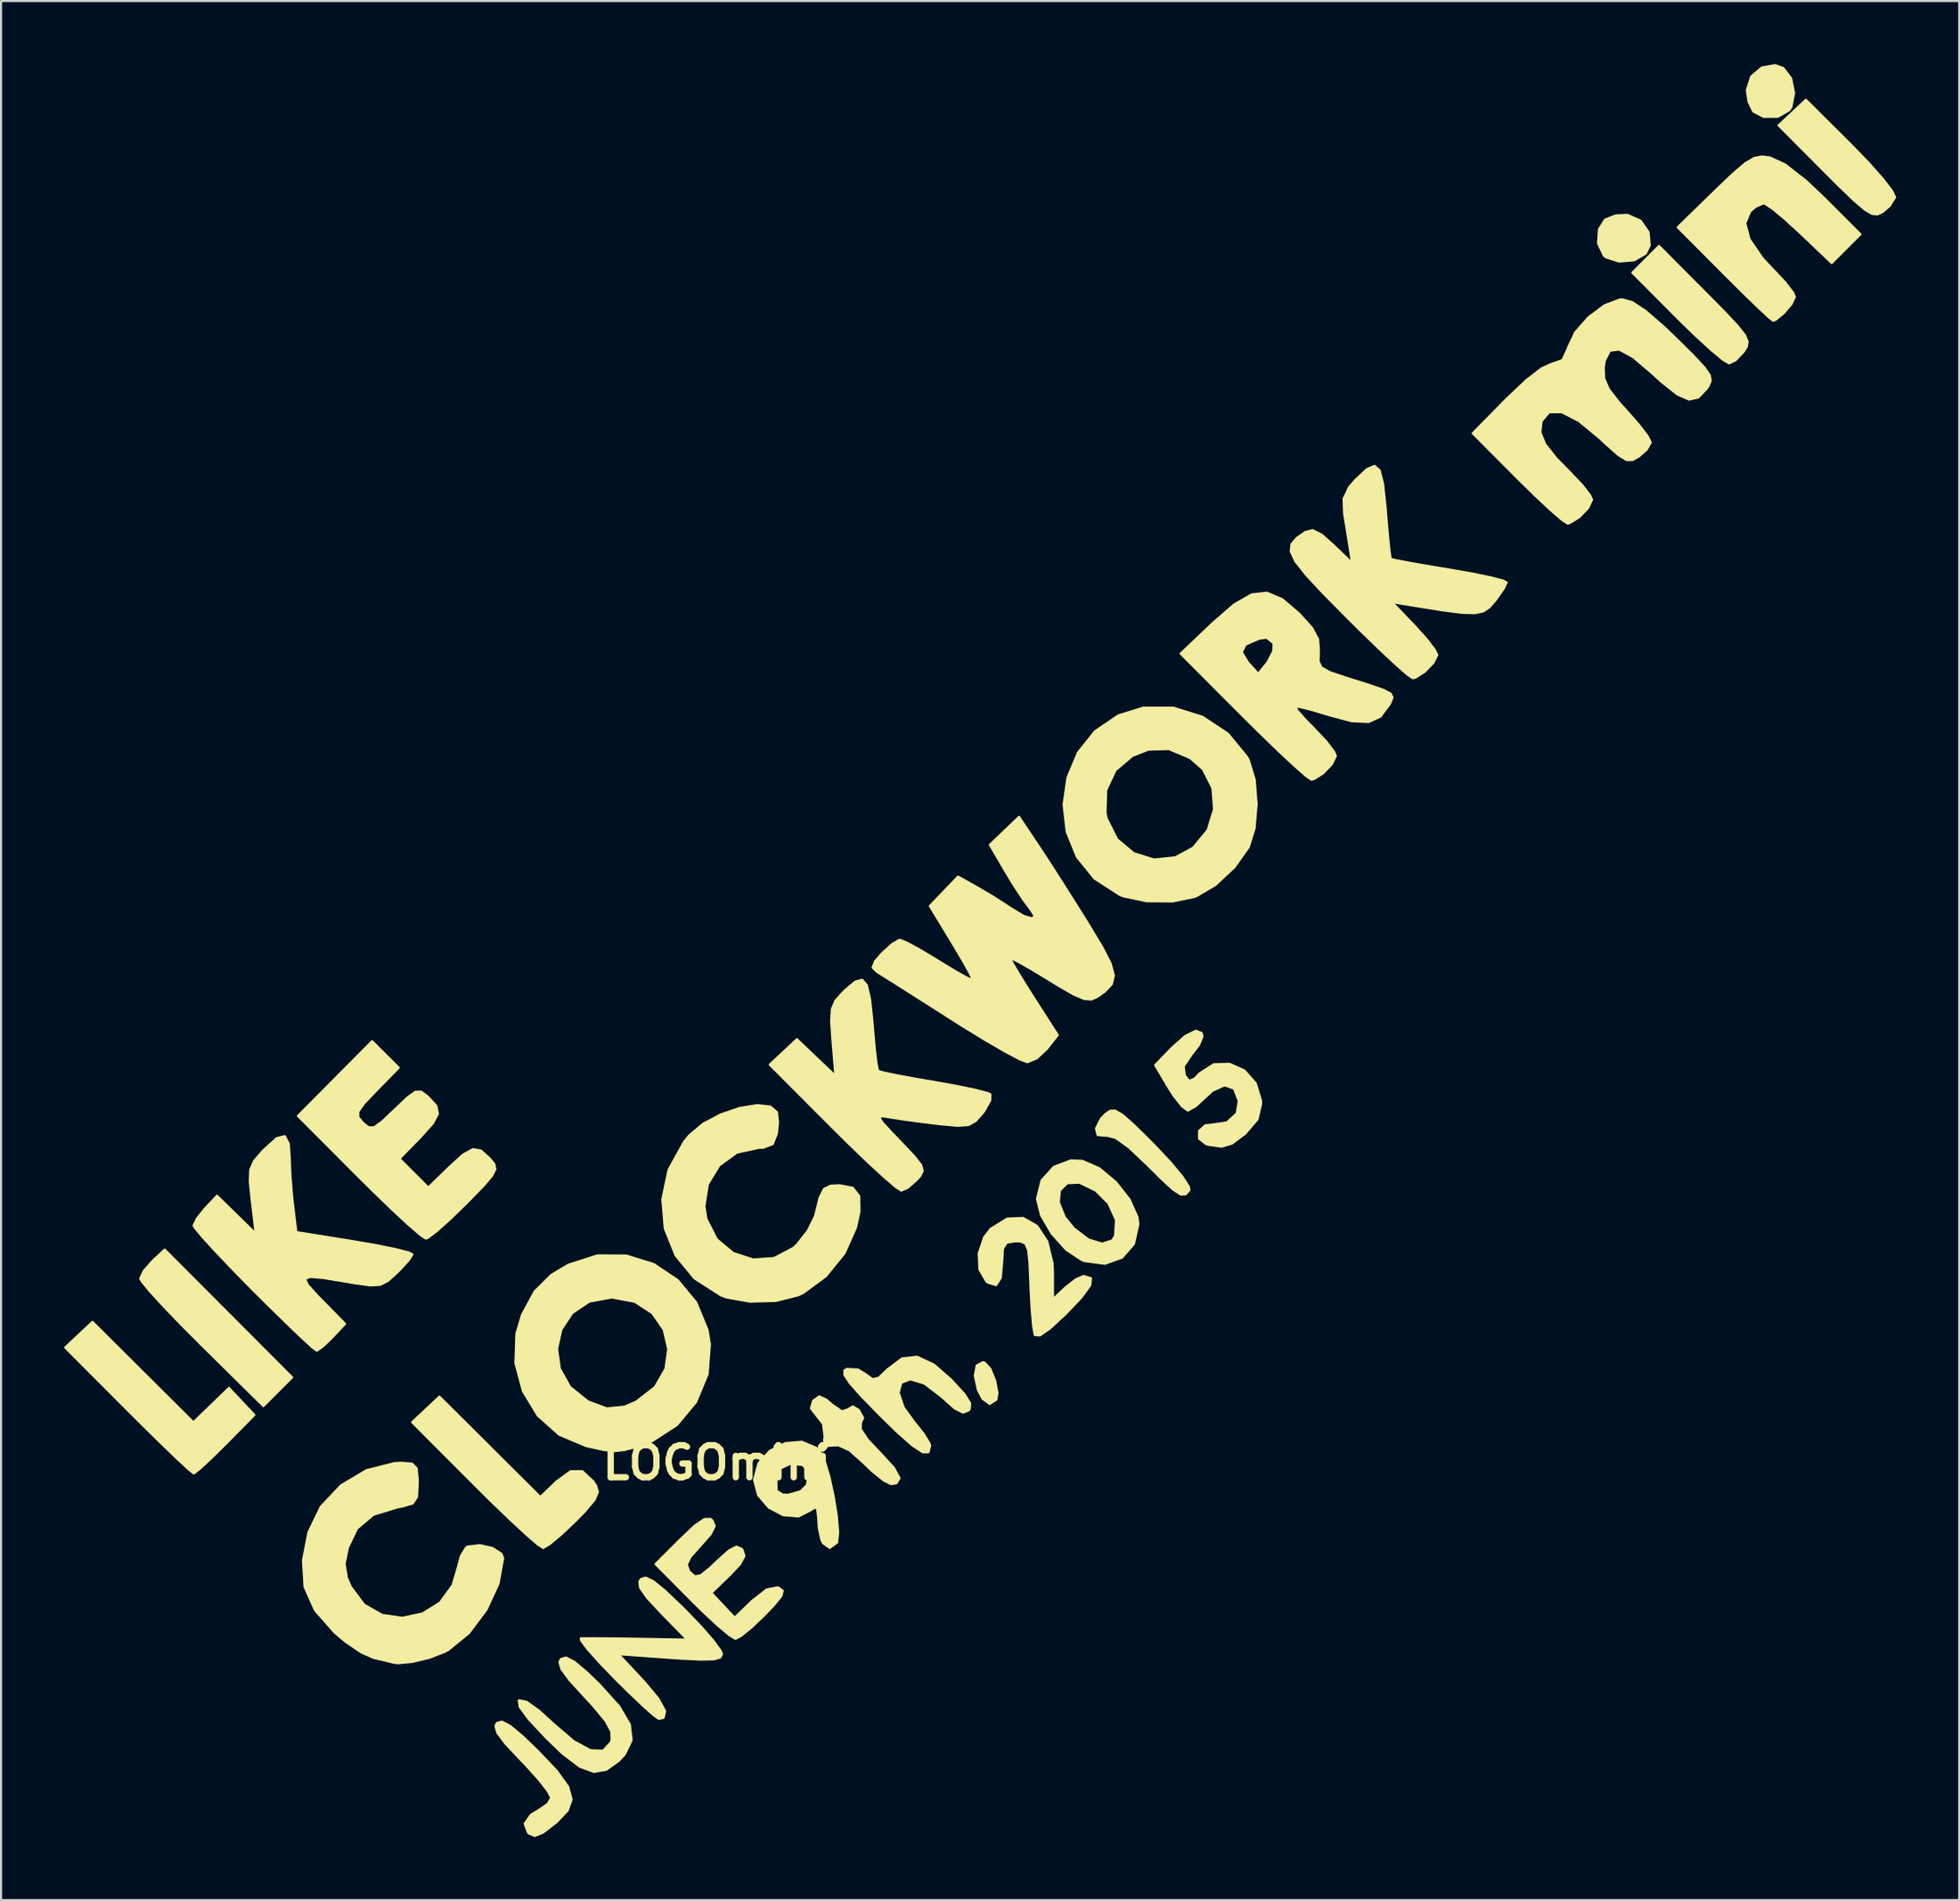
<source format=kicad_pcb>
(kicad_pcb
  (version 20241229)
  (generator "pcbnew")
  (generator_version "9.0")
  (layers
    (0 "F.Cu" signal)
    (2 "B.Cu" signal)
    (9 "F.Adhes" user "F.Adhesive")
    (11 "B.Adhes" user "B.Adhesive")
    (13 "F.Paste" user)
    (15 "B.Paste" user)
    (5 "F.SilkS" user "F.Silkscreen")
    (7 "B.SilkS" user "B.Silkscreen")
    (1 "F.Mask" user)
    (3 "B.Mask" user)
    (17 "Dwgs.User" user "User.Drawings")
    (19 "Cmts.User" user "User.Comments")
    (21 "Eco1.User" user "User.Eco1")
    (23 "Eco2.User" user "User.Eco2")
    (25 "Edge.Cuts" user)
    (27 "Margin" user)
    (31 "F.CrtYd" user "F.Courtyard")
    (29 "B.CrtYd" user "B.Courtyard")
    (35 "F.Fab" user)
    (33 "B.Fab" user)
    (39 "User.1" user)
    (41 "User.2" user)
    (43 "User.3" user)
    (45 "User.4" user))
  (footprint "LOGOmini"
    (layer "F.Cu")
    (at 31.054 66.569)
    (property "Reference" "LOGOmini" (at 0 0 0) (layer "F.SilkS") (effects (font (size 1.524 1.524) (thickness 0.3))))
    (attr through_hole)
    (fp_poly (pts (xy 13.361 -3.316) (xy 13.309 -3.006) (xy 12.992 -2.797) (xy 12.647 -3.048) (xy 12.429 -3.473) (xy 12.283 -4.146) (xy 12.373 -4.628) (xy 12.669 -4.786) (xy 12.75 -4.767) (xy 13.024 -4.464) (xy 13.254 -3.899) (xy 13.361 -3.316)) (stroke (width 0.1) (type solid)) (fill yes) (layer "F.SilkS"))
    (fp_poly (pts (xy 44.399 -57.937) (xy 44.209 -57.546) (xy 43.668 -57.232) (xy 42.949 -57.169) (xy 42.32 -57.368) (xy 42.215 -57.455) (xy 41.941 -58.033) (xy 41.987 -58.711) (xy 42.276 -59.169) (xy 42.789 -59.369) (xy 43.35 -59.391) (xy 43.968 -59.115) (xy 44.345 -58.571) (xy 44.399 -57.937)) (stroke (width 0.1) (type solid)) (fill yes) (layer "F.SilkS"))
    (fp_poly (pts (xy 51.269 -65.19) (xy 51.142 -64.53) (xy 51.041 -64.374) (xy 50.496 -64.06) (xy 49.815 -64.057) (xy 49.327 -64.313) (xy 49.1 -64.78) (xy 49.022 -65.334) (xy 49.229 -65.979) (xy 49.735 -66.408) (xy 50.371 -66.519) (xy 50.756 -66.382) (xy 51.128 -65.892) (xy 51.269 -65.19)) (stroke (width 0.1) (type solid)) (fill yes) (layer "F.SilkS"))
    (fp_poly (pts (xy -20.203 -4.066) (xy -20.887 -3.382) (xy -21.571 -2.698) (xy -24.501 -5.589) (xy -25.49 -6.582) (xy -26.336 -7.463) (xy -26.979 -8.168) (xy -27.357 -8.63) (xy -27.432 -8.768) (xy -27.262 -9.131) (xy -26.852 -9.6) (xy -26.851 -9.602) (xy -26.269 -10.148) (xy -23.236 -7.107) (xy -20.203 -4.066)) (stroke (width 0.1) (type solid)) (fill yes) (layer "F.SilkS"))
    (fp_poly (pts (xy 49.06 -53.359) (xy 49.019 -53.115) (xy 48.881 -52.89) (xy 48.483 -52.468) (xy 48.176 -52.324) (xy 47.886 -52.495) (xy 47.325 -52.961) (xy 46.573 -53.65) (xy 45.72 -54.483) (xy 43.572 -56.642) (xy 44.207 -57.277) (xy 44.842 -57.912) (xy 47.06 -55.683) (xy 47.981 -54.751) (xy 48.589 -54.103) (xy 48.932 -53.663) (xy 49.06 -53.359)) (stroke (width 0.1) (type solid)) (fill yes) (layer "F.SilkS"))
    (fp_poly (pts (xy 56.077 -60.228) (xy 55.825 -59.823) (xy 55.489 -59.534) (xy 55.247 -59.417) (xy 54.985 -59.436) (xy 54.631 -59.643) (xy 54.113 -60.086) (xy 53.358 -60.815) (xy 52.751 -61.421) (xy 50.531 -63.652) (xy 51.181 -64.262) (xy 51.83 -64.872) (xy 53.988 -62.725) (xy 54.822 -61.863) (xy 55.494 -61.104) (xy 55.935 -60.532) (xy 56.077 -60.228)) (stroke (width 0.1) (type solid)) (fill yes) (layer "F.SilkS"))
    (fp_poly (pts (xy -21.999 -2.275) (xy -23.373 -0.884) (xy -24.043 -0.223) (xy -24.572 0.268) (xy -24.865 0.5) (xy -24.887 0.508) (xy -25.104 0.337) (xy -25.616 -0.136) (xy -26.36 -0.851) (xy -27.275 -1.75) (xy -28.015 -2.488) (xy -31.004 -5.485) (xy -30.354 -6.095) (xy -29.703 -6.706) (xy -27.302 -4.315) (xy -24.901 -1.924) (xy -24.055 -2.744) (xy -23.209 -3.563) (xy -22.604 -2.919) (xy -21.999 -2.275)) (stroke (width 0.1) (type solid)) (fill yes) (layer "F.SilkS"))
    (fp_poly (pts (xy -5.652 1.391) (xy -5.81 1.763) (xy -6.263 2.306) (xy -6.732 2.786) (xy -7.397 3.414) (xy -7.941 3.868) (xy -8.252 4.055) (xy -8.259 4.056) (xy -8.516 3.887) (xy -9.063 3.415) (xy -9.836 2.698) (xy -10.769 1.798) (xy -11.505 1.068) (xy -14.494 -1.929) (xy -13.844 -2.539) (xy -13.193 -3.15) (xy -10.793 -0.76) (xy -8.393 1.63) (xy -7.616 0.886) (xy -6.95 0.402) (xy -6.398 0.397) (xy -5.88 0.879) (xy -5.733 1.097) (xy -5.652 1.391)) (stroke (width 0.1) (type solid)) (fill yes) (layer "F.SilkS"))
    (fp_poly (pts (xy 22.495 -12.98) (xy 22.318 -12.776) (xy 22.088 -12.765) (xy 21.729 -12.994) (xy 21.164 -13.51) (xy 20.477 -14.194) (xy 19.609 -15.014) (xy 18.988 -15.461) (xy 18.56 -15.57) (xy 18.517 -15.561) (xy 18.127 -15.599) (xy 18.048 -15.912) (xy 18.283 -16.372) (xy 18.491 -16.591) (xy 18.719 -16.754) (xy 18.962 -16.762) (xy 19.301 -16.566) (xy 19.814 -16.116) (xy 20.581 -15.361) (xy 20.808 -15.133) (xy 21.586 -14.309) (xy 22.16 -13.618) (xy 22.468 -13.141) (xy 22.495 -12.98)) (stroke (width 0.1) (type solid)) (fill yes) (layer "F.SilkS"))
    (fp_poly (pts (xy -6.903 16.022) (xy -7.09 16.551) (xy -7.603 17.091) (xy -7.639 17.122) (xy -8.263 17.603) (xy -8.656 17.762) (xy -8.939 17.645) (xy -8.975 17.611) (xy -9.138 17.177) (xy -8.838 16.749) (xy -8.509 16.556) (xy -8.041 16.237) (xy -7.874 15.942) (xy -8.042 15.619) (xy -8.489 15.051) (xy -9.126 14.347) (xy -9.315 14.152) (xy -10.047 13.373) (xy -10.437 12.854) (xy -10.53 12.526) (xy -10.456 12.386) (xy -10.222 12.321) (xy -9.838 12.516) (xy -9.24 13.014) (xy -8.506 13.719) (xy -7.592 14.685) (xy -7.064 15.427) (xy -6.903 16.022)) (stroke (width 0.1) (type solid)) (fill yes) (layer "F.SilkS"))
    (fp_poly (pts (xy 8.702 0.735) (xy 8.551 0.981) (xy 8.292 1.016) (xy 7.95 0.846) (xy 7.41 0.41) (xy 7.014 0.03) (xy 6.316 -0.594) (xy 5.788 -0.834) (xy 5.525 -0.819) (xy 5.144 -0.794) (xy 5.111 -1.098) (xy 5.139 -1.215) (xy 5.062 -1.85) (xy 4.799 -2.183) (xy 4.485 -2.586) (xy 4.587 -2.939) (xy 4.611 -2.968) (xy 4.881 -3.159) (xy 5.218 -3.006) (xy 5.472 -2.783) (xy 5.958 -2.446) (xy 6.219 -2.533) (xy 6.481 -2.681) (xy 6.757 -2.519) (xy 6.971 -2.137) (xy 6.868 -1.917) (xy 6.852 -1.6) (xy 7.204 -1.079) (xy 7.743 -0.512) (xy 8.435 0.242) (xy 8.702 0.735)) (stroke (width 0.1) (type solid)) (fill yes) (layer "F.SilkS"))
    (fp_poly (pts (xy -4.047 13.2) (xy -4.368 13.874) (xy -4.652 14.18) (xy -5.25 14.611) (xy -5.844 14.715) (xy -6.513 14.467) (xy -7.334 13.842) (xy -8.097 13.112) (xy -8.937 12.213) (xy -9.376 11.617) (xy -9.417 11.318) (xy -9.399 11.303) (xy -9.055 11.373) (xy -8.457 11.795) (xy -7.778 12.416) (xy -6.808 13.248) (xy -6.008 13.681) (xy -5.408 13.705) (xy -5.042 13.311) (xy -4.997 13.174) (xy -5.016 12.785) (xy -5.292 12.278) (xy -5.879 11.568) (xy -6.282 11.135) (xy -7.006 10.341) (xy -7.391 9.813) (xy -7.483 9.48) (xy -7.408 9.339) (xy -7.169 9.269) (xy -6.781 9.466) (xy -6.177 9.974) (xy -5.586 10.543) (xy -4.641 11.59) (xy -4.133 12.457) (xy -4.047 13.2)) (stroke (width 0.1) (type solid)) (fill yes) (layer "F.SilkS"))
    (fp_poly (pts (xy 20.066 -11.357) (xy 19.856 -10.414) (xy 19.292 -9.763) (xy 19.001 -9.659) (xy 19.001 -11.56) (xy 18.639 -12.354) (xy 18.034 -12.954) (xy 17.261 -13.33) (xy 16.678 -13.303) (xy 16.334 -12.964) (xy 16.279 -12.397) (xy 16.564 -11.692) (xy 16.998 -11.156) (xy 17.696 -10.627) (xy 18.339 -10.428) (xy 18.816 -10.579) (xy 18.958 -10.796) (xy 19.001 -11.56) (xy 19.001 -9.659) (xy 18.474 -9.47) (xy 17.501 -9.598) (xy 17.385 -9.642) (xy 16.638 -10.135) (xy 15.945 -10.905) (xy 15.436 -11.775) (xy 15.24 -12.563) (xy 15.462 -13.441) (xy 16.044 -14.086) (xy 16.859 -14.392) (xy 17.395 -14.371) (xy 18.204 -14.019) (xy 19 -13.355) (xy 19.65 -12.529) (xy 20.024 -11.689) (xy 20.066 -11.357)) (stroke (width 0.1) (type solid)) (fill yes) (layer "F.SilkS"))
    (fp_poly (pts (xy 12.063 -2.832) (xy 12.039 -2.549) (xy 11.989 -2.49) (xy 11.723 -2.387) (xy 11.331 -2.582) (xy 10.72 -3.124) (xy 10.696 -3.148) (xy 9.874 -3.773) (xy 9.215 -3.971) (xy 8.786 -3.806) (xy 8.657 -3.34) (xy 8.897 -2.634) (xy 9.384 -1.96) (xy 9.849 -1.377) (xy 10.126 -0.924) (xy 10.16 -0.807) (xy 10.078 -0.501) (xy 9.807 -0.499) (xy 9.31 -0.823) (xy 8.552 -1.496) (xy 7.744 -2.289) (xy 6.871 -3.186) (xy 6.33 -3.797) (xy 6.079 -4.18) (xy 6.078 -4.393) (xy 6.185 -4.466) (xy 6.728 -4.438) (xy 7.078 -4.222) (xy 7.417 -3.978) (xy 7.71 -4.045) (xy 8.128 -4.445) (xy 8.821 -4.968) (xy 9.54 -5.046) (xy 10.341 -4.67) (xy 11.175 -3.938) (xy 11.791 -3.266) (xy 12.063 -2.832)) (stroke (width 0.1) (type solid)) (fill yes) (layer "F.SilkS"))
    (fp_poly (pts (xy 54.429 -58.47) (xy 53.744 -57.784) (xy 53.058 -57.099) (xy 51.567 -58.522) (xy 50.843 -59.184) (xy 50.243 -59.682) (xy 49.87 -59.931) (xy 49.821 -59.944) (xy 49.451 -59.781) (xy 49.182 -59.559) (xy 48.946 -58.992) (xy 49.148 -58.233) (xy 49.772 -57.323) (xy 50.302 -56.759) (xy 50.859 -56.166) (xy 51.225 -55.684) (xy 51.308 -55.487) (xy 51.142 -55.14) (xy 50.773 -54.708) (xy 50.393 -54.399) (xy 50.267 -54.356) (xy 50.055 -54.526) (xy 49.56 -54.988) (xy 48.852 -55.674) (xy 48.006 -56.515) (xy 47.943 -56.578) (xy 45.731 -58.801) (xy 47.517 -60.544) (xy 48.357 -61.348) (xy 48.942 -61.847) (xy 49.371 -62.102) (xy 49.742 -62.173) (xy 50.115 -62.127) (xy 50.844 -61.791) (xy 51.83 -61.021) (xy 52.678 -60.218) (xy 54.429 -58.47)) (stroke (width 0.1) (type solid)) (fill yes) (layer "F.SilkS"))
    (fp_poly (pts (xy 0.254 9.107) (xy 0.172 9.269) (xy -0.132 9.354) (xy -0.74 9.369) (xy -1.739 9.32) (xy -2.209 9.288) (xy -4.672 9.111) (xy -3.466 10.401) (xy -2.772 11.229) (xy -2.454 11.817) (xy -2.523 12.138) (xy -2.752 12.192) (xy -2.995 12.022) (xy -3.51 11.564) (xy -4.215 10.892) (xy -4.826 10.287) (xy -5.574 9.51) (xy -6.135 8.881) (xy -6.445 8.474) (xy -6.471 8.358) (xy -6.122 8.352) (xy -5.392 8.355) (xy -4.405 8.367) (xy -3.81 8.376) (xy -1.397 8.419) (xy -2.656 7.132) (xy -3.32 6.414) (xy -3.646 5.946) (xy -3.681 5.646) (xy -3.605 5.536) (xy -3.381 5.464) (xy -3.021 5.634) (xy -2.46 6.089) (xy -1.635 6.876) (xy -1.521 6.988) (xy -0.763 7.775) (xy -0.166 8.459) (xy 0.189 8.947) (xy 0.254 9.107)) (stroke (width 0.1) (type solid)) (fill yes) (layer "F.SilkS"))
    (fp_poly (pts (xy 5.781 3.31) (xy 5.731 3.78) (xy 5.719 3.804) (xy 5.382 4.053) (xy 5.059 3.827) (xy 4.98 3.662) (xy 4.86 3.1) (xy 4.826 2.595) (xy 4.779 2.158) (xy 4.602 2.161) (xy 4.521 2.235) (xy 4.402 2.296) (xy 4.402 0.484) (xy 4.098 0.108) (xy 3.527 0.041) (xy 3.035 0.269) (xy 2.841 0.826) (xy 2.851 1.332) (xy 3.133 1.51) (xy 3.403 1.524) (xy 3.997 1.354) (xy 4.291 1.066) (xy 4.402 0.484) (xy 4.402 2.296) (xy 3.894 2.555) (xy 3.167 2.497) (xy 2.48 2.135) (xy 1.971 1.54) (xy 1.778 0.806) (xy 1.989 0.029) (xy 2.531 -0.572) (xy 3.265 -0.935) (xy 4.051 -1.001) (xy 4.752 -0.707) (xy 4.903 -0.564) (xy 5.13 -0.113) (xy 5.361 0.658) (xy 5.566 1.591) (xy 5.716 2.527) (xy 5.781 3.31)) (stroke (width 0.1) (type solid)) (fill yes) (layer "F.SilkS"))
    (fp_poly (pts (xy 17.811 -8.784) (xy 17.779 -8.452) (xy 17.356 -7.868) (xy 16.635 -7.11) (xy 15.869 -6.398) (xy 15.385 -6.061) (xy 15.147 -6.075) (xy 15.127 -6.114) (xy 15.057 -6.529) (xy 14.989 -7.301) (xy 14.936 -8.28) (xy 14.928 -8.509) (xy 14.886 -9.517) (xy 14.821 -10.121) (xy 14.698 -10.423) (xy 14.48 -10.529) (xy 14.224 -10.541) (xy 13.802 -10.479) (xy 13.624 -10.193) (xy 13.589 -9.61) (xy 13.517 -8.795) (xy 13.295 -8.453) (xy 12.91 -8.571) (xy 12.833 -8.631) (xy 12.5 -9.202) (xy 12.47 -9.97) (xy 12.728 -10.736) (xy 13.034 -11.132) (xy 13.824 -11.621) (xy 14.583 -11.653) (xy 15.243 -11.274) (xy 15.733 -10.535) (xy 15.984 -9.483) (xy 16.002 -9.065) (xy 16.002 -7.785) (xy 16.59 -8.338) (xy 17.086 -8.726) (xy 17.461 -8.89) (xy 17.464 -8.89) (xy 17.811 -8.784)) (stroke (width 0.1) (type solid)) (fill yes) (layer "F.SilkS"))
    (fp_poly (pts (xy 3.141 6.088) (xy 3.077 6.343) (xy 2.711 6.795) (xy 2.277 7.248) (xy 1.653 7.842) (xy 1.145 8.253) (xy 0.893 8.382) (xy 0.608 8.212) (xy 0.063 7.754) (xy -0.654 7.086) (xy -1.145 6.602) (xy -2.911 4.823) (xy -1.714 3.626) (xy -1.029 2.981) (xy -0.583 2.679) (xy -0.295 2.672) (xy -0.208 2.738) (xy -0.094 3.013) (xy -0.287 3.402) (xy -0.751 3.926) (xy -1.252 4.488) (xy -1.423 4.85) (xy -1.318 5.146) (xy -1.269 5.208) (xy -1.032 5.407) (xy -0.753 5.353) (xy -0.311 4.996) (xy 0 4.699) (xy 0.581 4.175) (xy 0.941 3.99) (xy 1.188 4.095) (xy 1.224 4.135) (xy 1.323 4.433) (xy 1.111 4.829) (xy 0.631 5.338) (xy -0.251 6.193) (xy 0.303 6.783) (xy 0.857 7.373) (xy 1.682 6.574) (xy 2.378 6.03) (xy 2.897 5.928) (xy 2.948 5.944) (xy 3.141 6.088)) (stroke (width 0.1) (type solid)) (fill yes) (layer "F.SilkS"))
    (fp_poly (pts (xy 25.908 -17.088) (xy 25.735 -16.343) (xy 25.156 -15.669) (xy 25.127 -15.644) (xy 24.524 -15.193) (xy 24.035 -15.043) (xy 23.418 -15.131) (xy 23.29 -15.164) (xy 22.951 -15.427) (xy 22.955 -15.798) (xy 23.253 -16.061) (xy 23.494 -16.085) (xy 24.273 -16.193) (xy 24.749 -16.628) (xy 24.844 -17.223) (xy 24.616 -17.806) (xy 24.17 -17.968) (xy 23.584 -17.699) (xy 23.28 -17.417) (xy 22.804 -16.977) (xy 22.441 -16.767) (xy 22.412 -16.764) (xy 22.141 -16.965) (xy 21.742 -17.476) (xy 21.507 -17.843) (xy 20.865 -18.923) (xy 21.658 -19.748) (xy 22.305 -20.319) (xy 22.802 -20.562) (xy 23.08 -20.452) (xy 23.114 -20.273) (xy 22.953 -19.887) (xy 22.582 -19.405) (xy 22.222 -18.86) (xy 22.28 -18.427) (xy 22.486 -18.173) (xy 22.738 -18.283) (xy 22.978 -18.532) (xy 23.651 -18.965) (xy 24.403 -18.99) (xy 25.11 -18.671) (xy 25.651 -18.065) (xy 25.903 -17.235) (xy 25.908 -17.088)) (stroke (width 0.1) (type solid)) (fill yes) (layer "F.SilkS"))
    (fp_poly (pts (xy -0.323 -5.645) (xy -0.432 -4.212) (xy -0.979 -2.894) (xy -1.895 -1.792) (xy -2.305 -1.526) (xy -2.305 -5.417) (xy -2.521 -6.333) (xy -3.06 -7.115) (xy -3.897 -7.662) (xy -4.997 -7.868) (xy -6.066 -7.668) (xy -6.872 -7.125) (xy -7.389 -6.343) (xy -7.594 -5.426) (xy -7.464 -4.479) (xy -6.974 -3.605) (xy -6.123 -2.92) (xy -5.227 -2.588) (xy -4.383 -2.672) (xy -3.835 -2.908) (xy -2.938 -3.602) (xy -2.436 -4.473) (xy -2.305 -5.417) (xy -2.305 -1.526) (xy -3.109 -1.004) (xy -3.74 -0.777) (xy -4.386 -0.609) (xy -4.86 -0.552) (xy -5.378 -0.61) (xy -6.16 -0.782) (xy -6.22 -0.796) (xy -7.493 -1.335) (xy -8.509 -2.239) (xy -9.22 -3.407) (xy -9.577 -4.74) (xy -9.532 -6.141) (xy -9.261 -7.047) (xy -8.665 -8.152) (xy -7.868 -8.941) (xy -7.059 -9.425) (xy -5.682 -9.869) (xy -4.299 -9.863) (xy -2.995 -9.456) (xy -1.858 -8.696) (xy -0.975 -7.633) (xy -0.433 -6.316) (xy -0.323 -5.645)) (stroke (width 0.1) (type solid)) (fill yes) (layer "F.SilkS"))
    (fp_poly (pts (xy 25.694 -31.353) (xy 25.596 -30.196) (xy 25.317 -29.302) (xy 24.642 -28.347) (xy 23.738 -27.502) (xy 23.668 -27.46) (xy 23.668 -31.104) (xy 23.591 -32.113) (xy 23.137 -33.008) (xy 22.533 -33.537) (xy 21.514 -33.969) (xy 20.536 -33.939) (xy 19.779 -33.638) (xy 18.977 -32.959) (xy 18.533 -32.007) (xy 18.502 -30.917) (xy 18.562 -30.653) (xy 19.059 -29.671) (xy 19.849 -29.01) (xy 20.81 -28.711) (xy 21.824 -28.814) (xy 22.673 -29.275) (xy 23.364 -30.113) (xy 23.668 -31.104) (xy 23.668 -27.46) (xy 22.803 -26.949) (xy 22.78 -26.94) (xy 21.699 -26.715) (xy 20.464 -26.724) (xy 19.354 -26.959) (xy 19.177 -27.03) (xy 17.978 -27.805) (xy 17.141 -28.837) (xy 16.655 -30.04) (xy 16.509 -31.326) (xy 16.692 -32.609) (xy 17.194 -33.801) (xy 18.002 -34.816) (xy 19.107 -35.567) (xy 20.297 -35.937) (xy 21.729 -35.938) (xy 23.116 -35.505) (xy 24.326 -34.705) (xy 25.231 -33.601) (xy 25.315 -33.447) (xy 25.601 -32.515) (xy 25.694 -31.353)) (stroke (width 0.1) (type solid)) (fill yes) (layer "F.SilkS"))
    (fp_poly (pts (xy 6.795 -11.96) (xy 6.632 -11.2) (xy 6.084 -9.972) (xy 5.194 -8.875) (xy 4.11 -8.079) (xy 3.882 -7.971) (xy 2.814 -7.702) (xy 1.585 -7.668) (xy 0.463 -7.867) (xy 0.203 -7.966) (xy -1.057 -8.774) (xy -1.954 -9.866) (xy -2.47 -11.151) (xy -2.587 -12.54) (xy -2.289 -13.944) (xy -1.557 -15.273) (xy -1.303 -15.585) (xy -0.652 -16.132) (xy 0.185 -16.576) (xy 1.082 -16.883) (xy 1.914 -17.02) (xy 2.554 -16.954) (xy 2.868 -16.684) (xy 2.919 -16.196) (xy 2.865 -15.668) (xy 2.666 -15.166) (xy 2.222 -14.994) (xy 1.993 -14.986) (xy 0.954 -14.759) (xy 0.124 -14.149) (xy -0.415 -13.266) (xy -0.584 -12.219) (xy -0.488 -11.602) (xy 0.003 -10.639) (xy 0.785 -9.985) (xy 1.735 -9.676) (xy 2.73 -9.744) (xy 3.647 -10.227) (xy 3.817 -10.381) (xy 4.338 -11.045) (xy 4.679 -11.736) (xy 4.707 -11.842) (xy 4.901 -12.626) (xy 5.105 -13.033) (xy 5.42 -13.186) (xy 5.842 -13.208) (xy 6.475 -13.089) (xy 6.785 -12.692) (xy 6.795 -11.96)) (stroke (width 0.1) (type solid)) (fill yes) (layer "F.SilkS"))
    (fp_poly (pts (xy -10.532 -13.97) (xy -10.69 -13.655) (xy -11.102 -13.175) (xy -11.818 -12.44) (xy -11.947 -12.31) (xy -12.693 -11.585) (xy -13.323 -11.023) (xy -13.742 -10.708) (xy -13.84 -10.668) (xy -14.1 -10.84) (xy -14.65 -11.314) (xy -15.422 -12.03) (xy -16.352 -12.928) (xy -17.017 -13.588) (xy -19.928 -16.507) (xy -18.162 -18.287) (xy -16.396 -20.067) (xy -15.763 -19.434) (xy -15.129 -18.801) (xy -16.2 -17.71) (xy -16.784 -17.095) (xy -17.051 -16.715) (xy -17.053 -16.451) (xy -16.838 -16.185) (xy -16.837 -16.183) (xy -16.569 -15.967) (xy -16.305 -15.968) (xy -15.925 -16.236) (xy -15.32 -16.81) (xy -14.711 -17.391) (xy -14.335 -17.661) (xy -14.065 -17.665) (xy -13.775 -17.452) (xy -13.723 -17.405) (xy -13.341 -16.988) (xy -13.264 -16.605) (xy -13.518 -16.137) (xy -14.13 -15.461) (xy -14.152 -15.438) (xy -15.095 -14.472) (xy -14.409 -13.785) (xy -13.722 -13.099) (xy -12.756 -14.042) (xy -12.073 -14.664) (xy -11.6 -14.927) (xy -11.216 -14.859) (xy -10.801 -14.484) (xy -10.787 -14.469) (xy -10.581 -14.211) (xy -10.532 -13.97)) (stroke (width 0.1) (type solid)) (fill yes) (layer "F.SilkS"))
    (fp_poly (pts (xy -10.161 4.538) (xy -10.38 5.752) (xy -10.959 6.999) (xy -11.791 8.108) (xy -12.771 8.909) (xy -12.928 8.994) (xy -13.672 9.281) (xy -14.497 9.481) (xy -15.177 9.543) (xy -15.367 9.517) (xy -15.787 9.411) (xy -16.335 9.285) (xy -16.911 9.027) (xy -17.649 8.528) (xy -18.175 8.088) (xy -19.116 7.019) (xy -19.611 5.906) (xy -19.687 4.641) (xy -19.424 3.302) (xy -18.836 2.088) (xy -17.875 1.074) (xy -16.662 0.352) (xy -15.321 0.014) (xy -14.994 0) (xy -14.495 0.042) (xy -14.277 0.265) (xy -14.225 0.817) (xy -14.224 0.984) (xy -14.26 1.628) (xy -14.466 1.939) (xy -14.986 2.089) (xy -15.177 2.12) (xy -16.335 2.475) (xy -17.114 3.133) (xy -17.548 4.037) (xy -17.706 4.812) (xy -17.598 5.467) (xy -17.416 5.897) (xy -16.773 6.756) (xy -15.914 7.243) (xy -14.952 7.377) (xy -14 7.175) (xy -13.168 6.654) (xy -12.57 5.832) (xy -12.354 5.113) (xy -12.174 4.448) (xy -11.927 4.034) (xy -11.86 3.991) (xy -11.272 3.92) (xy -10.665 4.056) (xy -10.242 4.334) (xy -10.161 4.538)) (stroke (width 0.1) (type solid)) (fill yes) (layer "F.SilkS"))
    (fp_poly (pts (xy -14.478 -9.919) (xy -14.645 -9.651) (xy -15.062 -9.192) (xy -15.221 -9.035) (xy -15.643 -8.656) (xy -16.009 -8.468) (xy -16.483 -8.441) (xy -17.234 -8.545) (xy -17.591 -8.607) (xy -18.698 -8.789) (xy -19.348 -8.846) (xy -19.587 -8.747) (xy -19.457 -8.462) (xy -19.002 -7.958) (xy -18.8 -7.751) (xy -17.683 -6.613) (xy -18.284 -5.973) (xy -18.727 -5.544) (xy -19.017 -5.337) (xy -19.035 -5.334) (xy -19.256 -5.505) (xy -19.77 -5.976) (xy -20.513 -6.688) (xy -21.42 -7.579) (xy -22.039 -8.195) (xy -23.009 -9.182) (xy -23.837 -10.052) (xy -24.464 -10.738) (xy -24.826 -11.175) (xy -24.892 -11.291) (xy -24.733 -11.623) (xy -24.349 -12.102) (xy -24.336 -12.116) (xy -23.779 -12.709) (xy -22.857 -11.809) (xy -21.936 -10.908) (xy -22.127 -12.503) (xy -22.217 -13.387) (xy -22.195 -13.946) (xy -22.017 -14.359) (xy -21.638 -14.803) (xy -21.532 -14.913) (xy -20.929 -15.453) (xy -20.553 -15.547) (xy -20.363 -15.184) (xy -20.318 -14.527) (xy -20.284 -13.692) (xy -20.203 -12.685) (xy -20.159 -12.285) (xy -20.002 -10.98) (xy -17.24 -10.536) (xy -16.13 -10.343) (xy -15.233 -10.159) (xy -14.65 -10.007) (xy -14.478 -9.919)) (stroke (width 0.1) (type solid)) (fill yes) (layer "F.SilkS"))
    (fp_poly (pts (xy 13.025 -17.539) (xy 13.016 -17.244) (xy 12.741 -16.75) (xy 12.667 -16.652) (xy 12.328 -16.265) (xy 11.987 -16.074) (xy 11.481 -16.036) (xy 10.648 -16.111) (xy 10.564 -16.12) (xy 9.587 -16.24) (xy 8.699 -16.363) (xy 8.255 -16.435) (xy 7.874 -16.493) (xy 7.741 -16.437) (xy 7.885 -16.198) (xy 8.336 -15.705) (xy 8.746 -15.28) (xy 9.391 -14.601) (xy 9.728 -14.173) (xy 9.806 -13.886) (xy 9.672 -13.63) (xy 9.532 -13.47) (xy 9.09 -13.086) (xy 8.783 -12.954) (xy 8.518 -13.126) (xy 7.963 -13.601) (xy 7.184 -14.32) (xy 6.247 -15.223) (xy 5.513 -15.95) (xy 2.524 -18.947) (xy 3.17 -19.553) (xy 3.816 -20.16) (xy 4.732 -19.288) (xy 5.649 -18.415) (xy 5.509 -20.099) (xy 5.447 -21.014) (xy 5.481 -21.591) (xy 5.652 -21.994) (xy 6.003 -22.388) (xy 6.125 -22.507) (xy 6.594 -22.9) (xy 6.924 -22.99) (xy 7.147 -22.729) (xy 7.3 -22.069) (xy 7.416 -20.959) (xy 7.44 -20.655) (xy 7.521 -19.727) (xy 7.604 -19.02) (xy 7.673 -18.665) (xy 7.682 -18.65) (xy 7.958 -18.57) (xy 8.624 -18.433) (xy 9.569 -18.26) (xy 10.303 -18.135) (xy 11.387 -17.942) (xy 12.28 -17.758) (xy 12.865 -17.607) (xy 13.025 -17.539)) (stroke (width 0.1) (type solid)) (fill yes) (layer "F.SilkS"))
    (fp_poly (pts (xy 32.159 -36.429) (xy 32.078 -36.206) (xy 32.009 -36.078) (xy 31.584 -35.51) (xy 31.021 -35.255) (xy 30.217 -35.293) (xy 29.193 -35.566) (xy 28.374 -35.812) (xy 27.772 -35.964) (xy 27.524 -35.99) (xy 27.643 -35.785) (xy 28.038 -35.34) (xy 28.453 -34.92) (xy 29.012 -34.326) (xy 29.379 -33.842) (xy 29.464 -33.643) (xy 29.277 -33.249) (xy 28.856 -32.811) (xy 28.412 -32.534) (xy 28.297 -32.512) (xy 28.047 -32.683) (xy 27.506 -33.158) (xy 26.737 -33.876) (xy 26.5 -34.106) (xy 26.5 -39.009) (xy 26.171 -39.267) (xy 25.814 -39.222) (xy 25.162 -38.935) (xy 24.99 -38.58) (xy 25.273 -38.1) (xy 25.286 -38.086) (xy 25.769 -37.552) (xy 26.207 -38.092) (xy 26.484 -38.62) (xy 26.5 -39.009) (xy 26.5 -34.106) (xy 25.807 -34.778) (xy 25.068 -35.511) (xy 22.077 -38.51) (xy 23.592 -39.956) (xy 24.62 -40.848) (xy 25.456 -41.329) (xy 26.192 -41.409) (xy 26.92 -41.096) (xy 27.731 -40.401) (xy 27.734 -40.398) (xy 28.34 -39.725) (xy 28.621 -39.193) (xy 28.66 -38.637) (xy 28.656 -38.595) (xy 28.64 -38.143) (xy 28.779 -37.853) (xy 29.181 -37.627) (xy 29.956 -37.366) (xy 30.031 -37.342) (xy 31.09 -37.009) (xy 31.745 -36.78) (xy 32.075 -36.604) (xy 32.159 -36.429)) (stroke (width 0.1) (type solid)) (fill yes) (layer "F.SilkS"))
    (fp_poly (pts (xy 37.592 -41.898) (xy 37.449 -41.6) (xy 37.1 -41.099) (xy 37.042 -41.025) (xy 36.772 -40.714) (xy 36.483 -40.52) (xy 36.078 -40.434) (xy 35.462 -40.453) (xy 34.541 -40.571) (xy 33.219 -40.781) (xy 33.147 -40.793) (xy 32.131 -40.959) (xy 33.211 -39.837) (xy 33.782 -39.203) (xy 34.173 -38.69) (xy 34.29 -38.447) (xy 34.104 -38.069) (xy 33.685 -37.641) (xy 33.245 -37.363) (xy 33.123 -37.338) (xy 32.872 -37.509) (xy 32.331 -37.983) (xy 31.565 -38.699) (xy 30.639 -39.596) (xy 29.97 -40.261) (xy 28.831 -41.416) (xy 28.029 -42.278) (xy 27.534 -42.909) (xy 27.318 -43.369) (xy 27.351 -43.718) (xy 27.604 -44.015) (xy 28.013 -44.3) (xy 28.355 -44.388) (xy 28.775 -44.183) (xy 29.334 -43.691) (xy 30.235 -42.818) (xy 30.116 -43.57) (xy 29.987 -44.381) (xy 29.855 -45.195) (xy 29.832 -45.883) (xy 30.098 -46.44) (xy 30.398 -46.783) (xy 30.931 -47.284) (xy 31.301 -47.449) (xy 31.548 -47.235) (xy 31.71 -46.601) (xy 31.828 -45.507) (xy 31.845 -45.292) (xy 31.928 -44.295) (xy 32.005 -43.517) (xy 32.064 -43.075) (xy 32.08 -43.019) (xy 32.342 -42.955) (xy 33 -42.83) (xy 33.95 -42.665) (xy 34.869 -42.513) (xy 35.971 -42.319) (xy 36.859 -42.135) (xy 37.431 -41.983) (xy 37.592 -41.898)) (stroke (width 0.1) (type solid)) (fill yes) (layer "F.SilkS"))
    (fp_poly (pts (xy 47.303 -51.491) (xy 47.19 -51.235) (xy 47.11 -51.117) (xy 46.713 -50.699) (xy 46.274 -50.601) (xy 45.712 -50.845) (xy 44.948 -51.453) (xy 44.534 -51.834) (xy 43.615 -52.619) (xy 42.946 -52.982) (xy 42.504 -52.926) (xy 42.261 -52.456) (xy 42.212 -52.137) (xy 42.231 -51.608) (xy 42.452 -51.095) (xy 42.948 -50.457) (xy 43.291 -50.081) (xy 43.881 -49.411) (xy 44.299 -48.864) (xy 44.45 -48.566) (xy 44.262 -48.226) (xy 43.896 -47.9) (xy 43.585 -47.722) (xy 43.295 -47.723) (xy 42.914 -47.956) (xy 42.329 -48.471) (xy 42.006 -48.775) (xy 41.015 -49.59) (xy 40.208 -50) (xy 39.612 -49.998) (xy 39.258 -49.575) (xy 39.246 -49.54) (xy 39.199 -49.035) (xy 39.42 -48.486) (xy 39.959 -47.801) (xy 40.62 -47.129) (xy 41.187 -46.532) (xy 41.564 -46.044) (xy 41.656 -45.835) (xy 41.469 -45.44) (xy 41.048 -45.003) (xy 40.602 -44.726) (xy 40.487 -44.704) (xy 40.225 -44.874) (xy 39.687 -45.338) (xy 38.952 -46.025) (xy 38.112 -46.851) (xy 35.976 -48.998) (xy 37.609 -50.658) (xy 38.524 -51.523) (xy 39.265 -52.094) (xy 39.765 -52.319) (xy 39.794 -52.321) (xy 40.251 -52.485) (xy 40.503 -53.04) (xy 40.511 -53.075) (xy 40.856 -53.802) (xy 41.487 -54.519) (xy 42.245 -55.087) (xy 42.972 -55.364) (xy 43.094 -55.372) (xy 43.566 -55.24) (xy 44.21 -54.816) (xy 45.082 -54.058) (xy 45.632 -53.531) (xy 46.471 -52.701) (xy 46.995 -52.14) (xy 47.255 -51.765) (xy 47.303 -51.491)) (stroke (width 0.1) (type solid)) (fill yes) (layer "F.SilkS"))
    (fp_poly (pts (xy 18.901 -23.188) (xy 18.802 -22.776) (xy 18.467 -22.422) (xy 18.135 -22.186) (xy 17.84 -22.05) (xy 17.493 -22.071) (xy 16.986 -22.287) (xy 16.211 -22.735) (xy 15.8 -22.989) (xy 14.975 -23.489) (xy 14.343 -23.847) (xy 14.003 -24.007) (xy 13.97 -24.005) (xy 14.098 -23.748) (xy 14.438 -23.175) (xy 14.925 -22.393) (xy 15.1 -22.118) (xy 16.23 -20.355) (xy 15.717 -19.703) (xy 15.237 -19.252) (xy 14.789 -19.064) (xy 14.777 -19.064) (xy 14.421 -19.201) (xy 13.727 -19.568) (xy 12.784 -20.115) (xy 11.677 -20.793) (xy 11.176 -21.111) (xy 10.027 -21.845) (xy 9.01 -22.492) (xy 8.211 -22.997) (xy 7.717 -23.306) (xy 7.622 -23.364) (xy 7.42 -23.57) (xy 7.54 -23.873) (xy 7.856 -24.238) (xy 8.332 -24.676) (xy 8.687 -24.888) (xy 8.716 -24.892) (xy 9.037 -24.764) (xy 9.657 -24.428) (xy 10.452 -23.95) (xy 10.577 -23.872) (xy 11.345 -23.403) (xy 11.915 -23.087) (xy 12.184 -22.979) (xy 12.192 -22.988) (xy 12.069 -23.254) (xy 11.744 -23.838) (xy 11.28 -24.623) (xy 11.167 -24.81) (xy 10.142 -26.497) (xy 10.814 -27.198) (xy 11.486 -27.9) (xy 12.411 -27.382) (xy 13.197 -26.916) (xy 13.922 -26.447) (xy 14.009 -26.386) (xy 14.612 -26.026) (xy 15.014 -25.906) (xy 15.131 -26.03) (xy 14.924 -26.352) (xy 14.58 -26.814) (xy 14.109 -27.534) (xy 13.764 -28.104) (xy 12.998 -29.411) (xy 13.693 -30.077) (xy 14.388 -30.743) (xy 15.283 -29.405) (xy 15.809 -28.604) (xy 16.493 -27.536) (xy 17.23 -26.37) (xy 17.657 -25.686) (xy 18.341 -24.554) (xy 18.751 -23.751) (xy 18.901 -23.188)) (stroke (width 0.1) (type solid)) (fill yes) (layer "F.SilkS")))
  (gr_rect
    (start -3 -3)
    (end 90.181 87.381)
    (stroke (width 0.1) (type default))
    (fill no)
    (layer "Edge.Cuts")))
</source>
